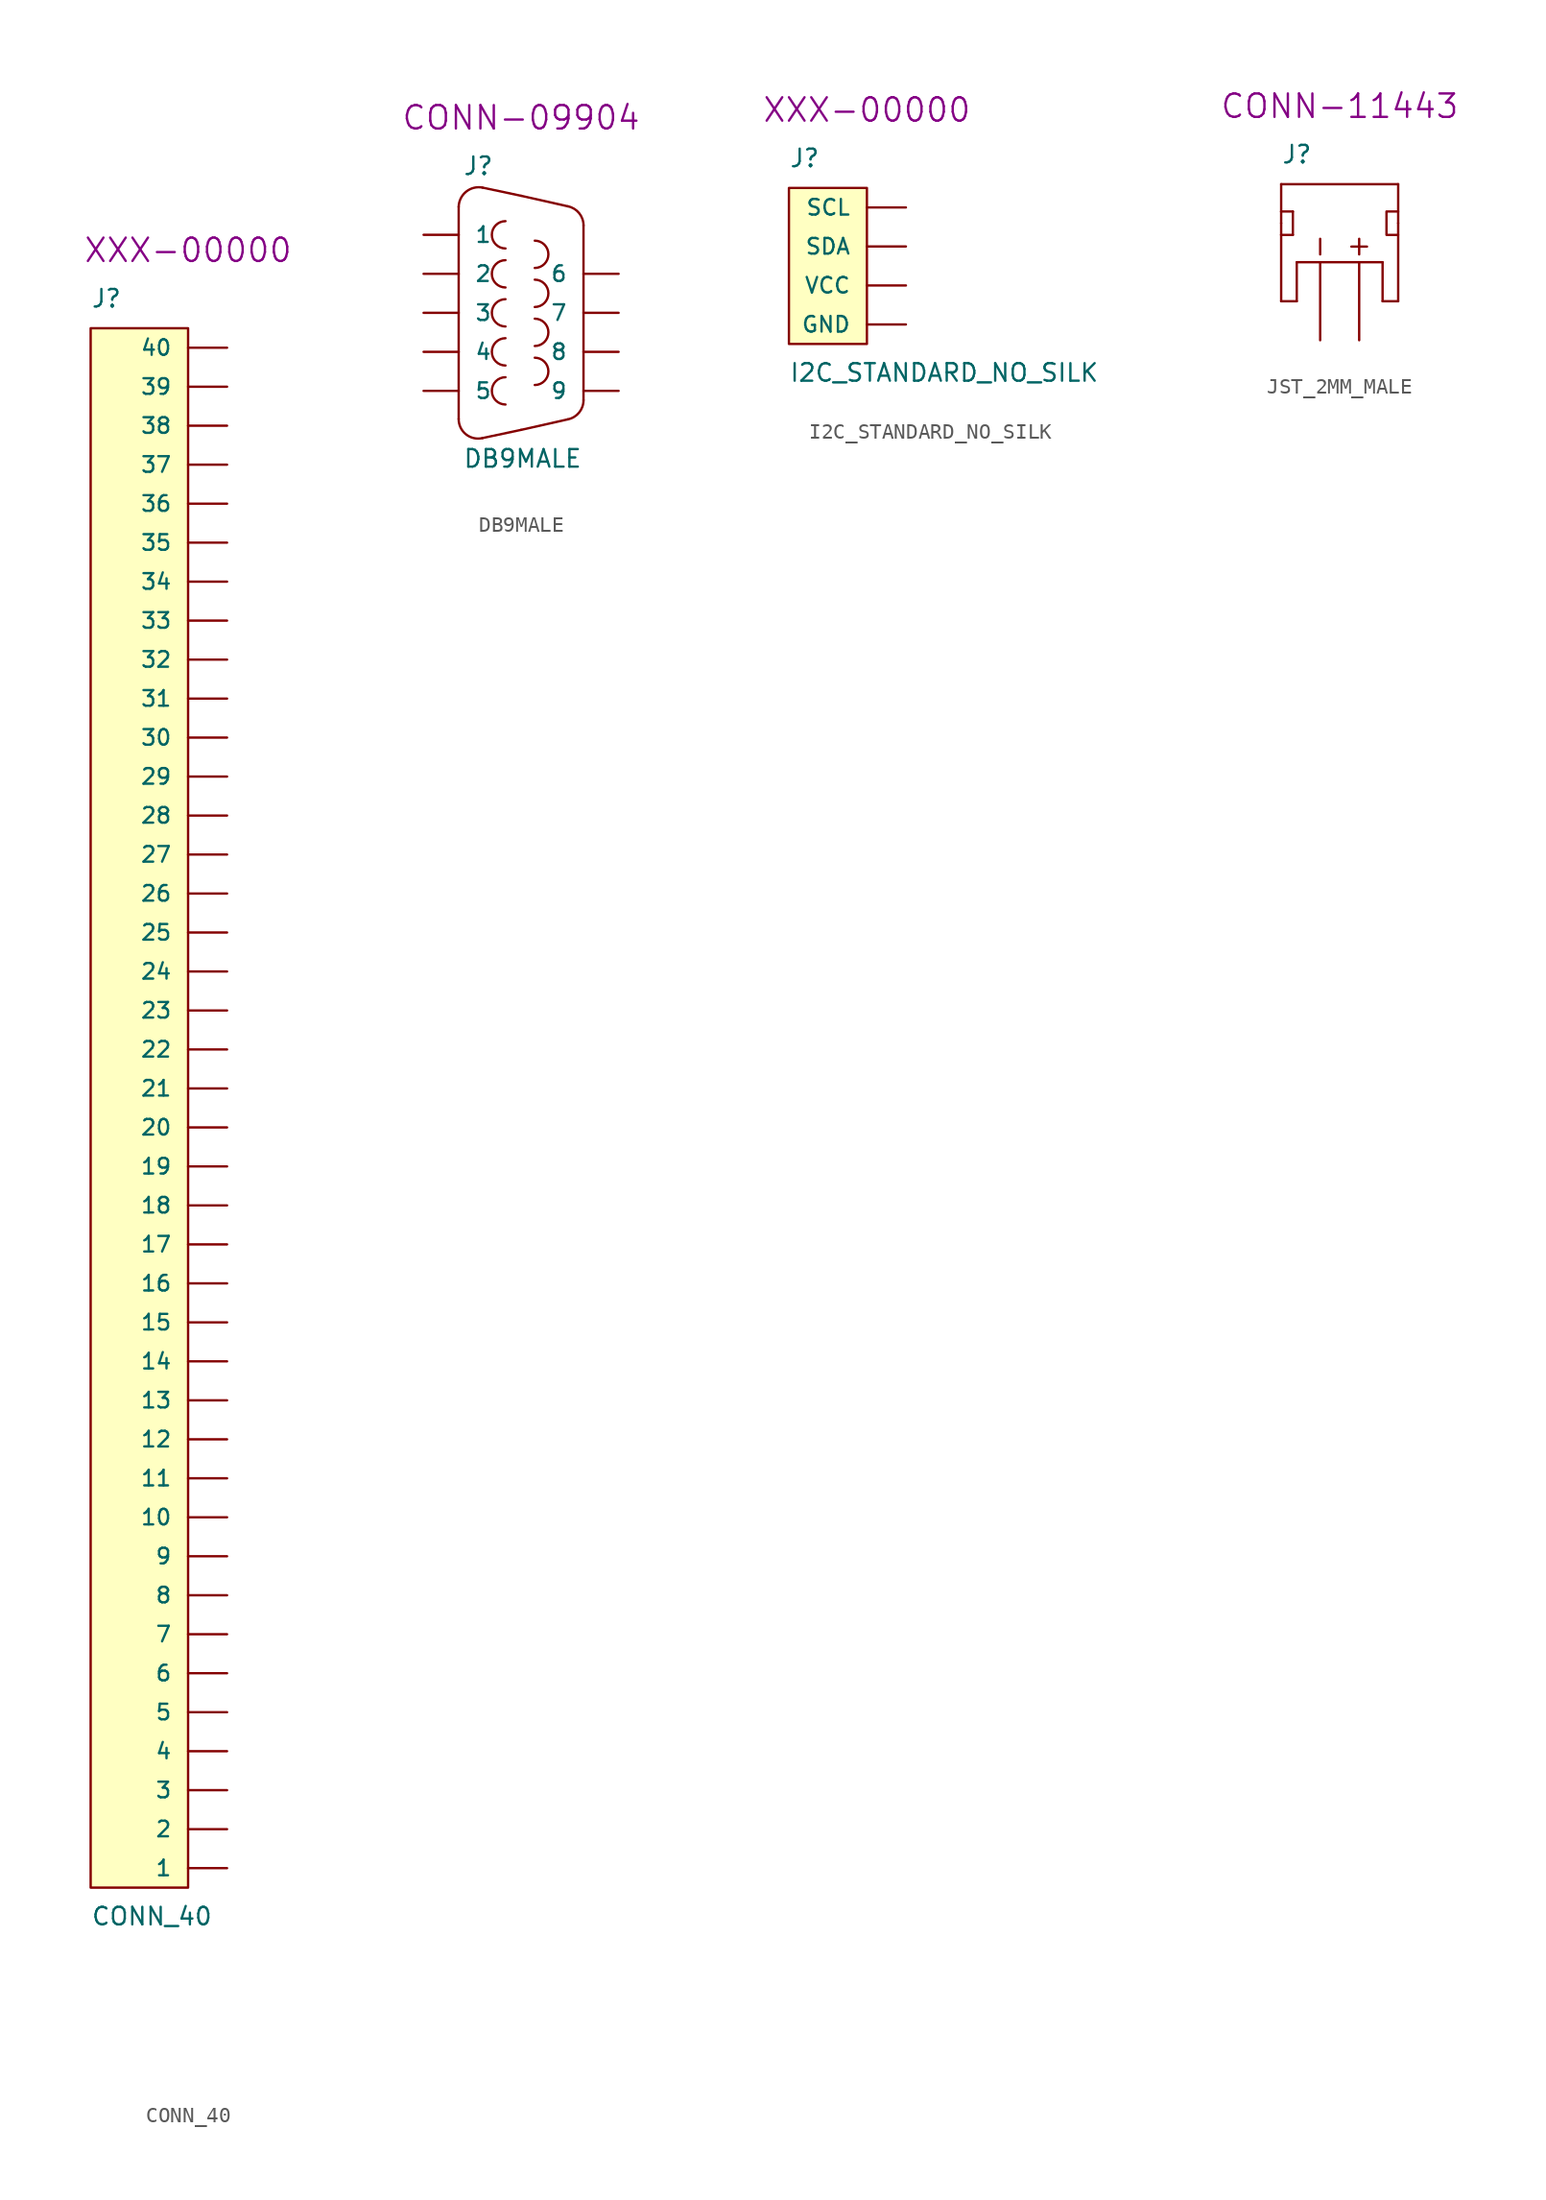
<source format=kicad_sym>
(kicad_symbol_lib
  (version 20220914)
  (generator kicad_symbol_editor)
  (symbol "CONN_40"
    (pin_numbers hide)
    (pin_names
      (offset 1.016))
    (property "Reference" "J"
      (at -6.35 101.6 0)
      (effects (font (size 1.143 1.143)) (justify left bottom)))
    (property "Value" "CONN_40"
      (at -6.35 -3.81 0)
      (effects (font (size 1.143 1.143)) (justify left bottom)))
    (property "Field4" "XXX-00000"
      (at 0 105.41 0)
      (effects (font (size 1.524 1.524))))
    (property "ki_locked" ""
      (at 0 0 0)
      (effects (font (size 1.27 1.27))))
    (symbol "CONN_40_0_1"
      (rectangle (start 0 -1.27) (end -6.35 100.33) (stroke (width 0) (type solid)) (fill (type background))))
    (symbol "CONN_40_1_1"
      (pin passive line (at 2.54 0 180) (length 2.54) (name "1" (effects (font (size 1.016 1.016)))) (number "1" (effects (font (size 1.016 1.016)))))
      (pin passive line (at 2.54 22.86 180) (length 2.54) (name "10" (effects (font (size 1.016 1.016)))) (number "10" (effects (font (size 1.016 1.016)))))
      (pin passive line (at 2.54 25.4 180) (length 2.54) (name "11" (effects (font (size 1.016 1.016)))) (number "11" (effects (font (size 1.016 1.016)))))
      (pin passive line (at 2.54 27.94 180) (length 2.54) (name "12" (effects (font (size 1.016 1.016)))) (number "12" (effects (font (size 1.016 1.016)))))
      (pin passive line (at 2.54 30.48 180) (length 2.54) (name "13" (effects (font (size 1.016 1.016)))) (number "13" (effects (font (size 1.016 1.016)))))
      (pin passive line (at 2.54 33.02 180) (length 2.54) (name "14" (effects (font (size 1.016 1.016)))) (number "14" (effects (font (size 1.016 1.016)))))
      (pin passive line (at 2.54 35.56 180) (length 2.54) (name "15" (effects (font (size 1.016 1.016)))) (number "15" (effects (font (size 1.016 1.016)))))
      (pin passive line (at 2.54 38.1 180) (length 2.54) (name "16" (effects (font (size 1.016 1.016)))) (number "16" (effects (font (size 1.016 1.016)))))
      (pin passive line (at 2.54 40.64 180) (length 2.54) (name "17" (effects (font (size 1.016 1.016)))) (number "17" (effects (font (size 1.016 1.016)))))
      (pin passive line (at 2.54 43.18 180) (length 2.54) (name "18" (effects (font (size 1.016 1.016)))) (number "18" (effects (font (size 1.016 1.016)))))
      (pin passive line (at 2.54 45.72 180) (length 2.54) (name "19" (effects (font (size 1.016 1.016)))) (number "19" (effects (font (size 1.016 1.016)))))
      (pin passive line (at 2.54 2.54 180) (length 2.54) (name "2" (effects (font (size 1.016 1.016)))) (number "2" (effects (font (size 1.016 1.016)))))
      (pin passive line (at 2.54 48.26 180) (length 2.54) (name "20" (effects (font (size 1.016 1.016)))) (number "20" (effects (font (size 1.016 1.016)))))
      (pin passive line (at 2.54 50.8 180) (length 2.54) (name "21" (effects (font (size 1.016 1.016)))) (number "21" (effects (font (size 1.016 1.016)))))
      (pin passive line (at 2.54 53.34 180) (length 2.54) (name "22" (effects (font (size 1.016 1.016)))) (number "22" (effects (font (size 1.016 1.016)))))
      (pin passive line (at 2.54 55.88 180) (length 2.54) (name "23" (effects (font (size 1.016 1.016)))) (number "23" (effects (font (size 1.016 1.016)))))
      (pin passive line (at 2.54 58.42 180) (length 2.54) (name "24" (effects (font (size 1.016 1.016)))) (number "24" (effects (font (size 1.016 1.016)))))
      (pin passive line (at 2.54 60.96 180) (length 2.54) (name "25" (effects (font (size 1.016 1.016)))) (number "25" (effects (font (size 1.016 1.016)))))
      (pin passive line (at 2.54 63.5 180) (length 2.54) (name "26" (effects (font (size 1.016 1.016)))) (number "26" (effects (font (size 1.016 1.016)))))
      (pin passive line (at 2.54 66.04 180) (length 2.54) (name "27" (effects (font (size 1.016 1.016)))) (number "27" (effects (font (size 1.016 1.016)))))
      (pin passive line (at 2.54 68.58 180) (length 2.54) (name "28" (effects (font (size 1.016 1.016)))) (number "28" (effects (font (size 1.016 1.016)))))
      (pin passive line (at 2.54 71.12 180) (length 2.54) (name "29" (effects (font (size 1.016 1.016)))) (number "29" (effects (font (size 1.016 1.016)))))
      (pin passive line (at 2.54 5.08 180) (length 2.54) (name "3" (effects (font (size 1.016 1.016)))) (number "3" (effects (font (size 1.016 1.016)))))
      (pin passive line (at 2.54 73.66 180) (length 2.54) (name "30" (effects (font (size 1.016 1.016)))) (number "30" (effects (font (size 1.016 1.016)))))
      (pin passive line (at 2.54 76.2 180) (length 2.54) (name "31" (effects (font (size 1.016 1.016)))) (number "31" (effects (font (size 1.016 1.016)))))
      (pin passive line (at 2.54 78.74 180) (length 2.54) (name "32" (effects (font (size 1.016 1.016)))) (number "32" (effects (font (size 1.016 1.016)))))
      (pin passive line (at 2.54 81.28 180) (length 2.54) (name "33" (effects (font (size 1.016 1.016)))) (number "33" (effects (font (size 1.016 1.016)))))
      (pin passive line (at 2.54 83.82 180) (length 2.54) (name "34" (effects (font (size 1.016 1.016)))) (number "34" (effects (font (size 1.016 1.016)))))
      (pin passive line (at 2.54 86.36 180) (length 2.54) (name "35" (effects (font (size 1.016 1.016)))) (number "35" (effects (font (size 1.016 1.016)))))
      (pin passive line (at 2.54 88.9 180) (length 2.54) (name "36" (effects (font (size 1.016 1.016)))) (number "36" (effects (font (size 1.016 1.016)))))
      (pin passive line (at 2.54 91.44 180) (length 2.54) (name "37" (effects (font (size 1.016 1.016)))) (number "37" (effects (font (size 1.016 1.016)))))
      (pin passive line (at 2.54 93.98 180) (length 2.54) (name "38" (effects (font (size 1.016 1.016)))) (number "38" (effects (font (size 1.016 1.016)))))
      (pin passive line (at 2.54 96.52 180) (length 2.54) (name "39" (effects (font (size 1.016 1.016)))) (number "39" (effects (font (size 1.016 1.016)))))
      (pin passive line (at 2.54 7.62 180) (length 2.54) (name "4" (effects (font (size 1.016 1.016)))) (number "4" (effects (font (size 1.016 1.016)))))
      (pin passive line (at 2.54 99.06 180) (length 2.54) (name "40" (effects (font (size 1.016 1.016)))) (number "40" (effects (font (size 1.016 1.016)))))
      (pin passive line (at 2.54 10.16 180) (length 2.54) (name "5" (effects (font (size 1.016 1.016)))) (number "5" (effects (font (size 1.016 1.016)))))
      (pin passive line (at 2.54 12.7 180) (length 2.54) (name "6" (effects (font (size 1.016 1.016)))) (number "6" (effects (font (size 1.016 1.016)))))
      (pin passive line (at 2.54 15.24 180) (length 2.54) (name "7" (effects (font (size 1.016 1.016)))) (number "7" (effects (font (size 1.016 1.016)))))
      (pin passive line (at 2.54 17.78 180) (length 2.54) (name "8" (effects (font (size 1.016 1.016)))) (number "8" (effects (font (size 1.016 1.016)))))
      (pin passive line (at 2.54 20.32 180) (length 2.54) (name "9" (effects (font (size 1.016 1.016)))) (number "9" (effects (font (size 1.016 1.016)))))))
  (symbol "DB9MALE"
    (pin_numbers hide)
    (pin_names
      (offset 1.016))
    (property "Reference" "J"
      (at -3.81 8.89 0)
      (effects (font (size 1.143 1.143)) (justify left bottom)))
    (property "Value" "DB9MALE"
      (at -3.81 -10.16 0)
      (effects (font (size 1.143 1.143)) (justify left bottom)))
    (property "Field4" "CONN-09904"
      (at 0 12.7 0)
      (effects (font (size 1.524 1.524))))
    (property "ki_locked" ""
      (at 0 0 0)
      (effects (font (size 1.27 1.27))))
    (symbol "DB9MALE_1_0"
      (polyline (pts (xy -4.064 -6.909) (xy -4.064 6.909)) (stroke (width 0) (type solid)) (fill (type none)))
      (polyline (pts (xy -2.515 -8.153) (xy 0 -7.62)) (stroke (width 0) (type solid)) (fill (type none)))
      (polyline (pts (xy -2.515 8.153) (xy 0 7.62)) (stroke (width 0) (type solid)) (fill (type none)))
      (polyline (pts (xy 0 -7.62) (xy 3.048 -6.934)) (stroke (width 0) (type solid)) (fill (type none)))
      (polyline (pts (xy 0 7.62) (xy 3.048 6.934)) (stroke (width 0) (type solid)) (fill (type none)))
      (polyline (pts (xy 4.064 -5.69) (xy 4.064 5.69)) (stroke (width 0) (type solid)) (fill (type none))))
    (symbol "DB9MALE_1_1"
      (arc (start -4.064 -6.9088) (mid -3.5879 -7.9122) (end -2.5146 -8.1534) (stroke (width 0) (type solid)) (fill (type none)))
      (arc (start -2.5146 8.1534) (mid -3.572 7.8927) (end -4.064 6.9088) (stroke (width 0) (type solid)) (fill (type none)))
      (arc (start -1.016 -4.191) (mid -1.9012 -5.08) (end -1.016 -5.969) (stroke (width 0) (type solid)) (fill (type none)))
      (arc (start -1.016 -1.651) (mid -1.9012 -2.54) (end -1.016 -3.429) (stroke (width 0) (type solid)) (fill (type none)))
      (arc (start -1.016 0.889) (mid -1.9012 0) (end -1.016 -0.889) (stroke (width 0) (type solid)) (fill (type none)))
      (arc (start -1.016 3.429) (mid -1.9012 2.54) (end -1.016 1.651) (stroke (width 0) (type solid)) (fill (type none)))
      (arc (start -1.016 5.969) (mid -1.9012 5.08) (end -1.016 4.191) (stroke (width 0) (type solid)) (fill (type none)))
      (arc (start 0.889 -4.699) (mid 1.7742 -3.81) (end 0.889 -2.921) (stroke (width 0) (type solid)) (fill (type none)))
      (arc (start 0.889 -2.159) (mid 1.7742 -1.27) (end 0.889 -0.381) (stroke (width 0) (type solid)) (fill (type none)))
      (arc (start 0.889 0.381) (mid 1.7742 1.27) (end 0.889 2.159) (stroke (width 0) (type solid)) (fill (type none)))
      (arc (start 0.889 2.921) (mid 1.7742 3.81) (end 0.889 4.699) (stroke (width 0) (type solid)) (fill (type none)))
      (arc (start 3.048 -6.9342) (mid 3.7779 -6.493) (end 4.064 -5.6896) (stroke (width 0) (type solid)) (fill (type none)))
      (arc (start 4.064 5.6896) (mid 3.7777 6.4928) (end 3.048 6.9342) (stroke (width 0) (type solid)) (fill (type none)))
      (pin passive line (at -6.35 5.08 0) (length 2.286) (name "1" (effects (font (size 1.016 1.016)))) (number "1" (effects (font (size 1.016 1.016)))))
      (pin passive line (at -6.35 2.54 0) (length 2.286) (name "2" (effects (font (size 1.016 1.016)))) (number "2" (effects (font (size 1.016 1.016)))))
      (pin passive line (at -6.35 0 0) (length 2.286) (name "3" (effects (font (size 1.016 1.016)))) (number "3" (effects (font (size 1.016 1.016)))))
      (pin passive line (at -6.35 -2.54 0) (length 2.286) (name "4" (effects (font (size 1.016 1.016)))) (number "4" (effects (font (size 1.016 1.016)))))
      (pin passive line (at -6.35 -5.08 0) (length 2.286) (name "5" (effects (font (size 1.016 1.016)))) (number "5" (effects (font (size 1.016 1.016)))))
      (pin passive line (at 6.35 2.54 180) (length 2.286) (name "6" (effects (font (size 1.016 1.016)))) (number "6" (effects (font (size 1.016 1.016)))))
      (pin passive line (at 6.35 0 180) (length 2.286) (name "7" (effects (font (size 1.016 1.016)))) (number "7" (effects (font (size 1.016 1.016)))))
      (pin passive line (at 6.35 -2.54 180) (length 2.286) (name "8" (effects (font (size 1.016 1.016)))) (number "8" (effects (font (size 1.016 1.016)))))
      (pin passive line (at 6.35 -5.08 180) (length 2.286) (name "9" (effects (font (size 1.016 1.016)))) (number "9" (effects (font (size 1.016 1.016)))))))
  (symbol "I2C_STANDARD_NO_SILK"
    (pin_numbers hide)
    (pin_names
      (offset 1.016))
    (property "Reference" "J"
      (at -5.08 10.16 0)
      (effects (font (size 1.143 1.143)) (justify left bottom)))
    (property "Value" "I2C_STANDARD_NO_SILK"
      (at -5.08 -3.81 0)
      (effects (font (size 1.143 1.143)) (justify left bottom)))
    (property "Field4" "XXX-00000"
      (at 0 13.97 0)
      (effects (font (size 1.524 1.524))))
    (property "ki_locked" ""
      (at 0 0 0)
      (effects (font (size 1.27 1.27))))
    (symbol "I2C_STANDARD_NO_SILK_1_0"
      (rectangle (start 0 -1.27) (end -5.08 8.89) (stroke (width 0) (type solid)) (fill (type background))))
    (symbol "I2C_STANDARD_NO_SILK_1_1"
      (pin power_in line (at 2.54 0 180) (length 2.54) (name "GND" (effects (font (size 1.016 1.016)))) (number "1" (effects (font (size 1.016 1.016)))))
      (pin power_in line (at 2.54 2.54 180) (length 2.54) (name "VCC" (effects (font (size 1.016 1.016)))) (number "2" (effects (font (size 1.016 1.016)))))
      (pin passive line (at 2.54 5.08 180) (length 2.54) (name "SDA" (effects (font (size 1.016 1.016)))) (number "3" (effects (font (size 1.016 1.016)))))
      (pin passive line (at 2.54 7.62 180) (length 2.54) (name "SCL" (effects (font (size 1.016 1.016)))) (number "4" (effects (font (size 1.016 1.016)))))))
  (symbol "JST_2MM_MALE"
    (pin_numbers hide)
    (pin_names
      (offset 1.016) hide)
    (property "Reference" "J"
      (at -3.81 6.35 0)
      (effects (font (size 1.143 1.143)) (justify left bottom)))
    (property "Field4" "CONN-11443"
      (at 0 10.16 0)
      (effects (font (size 1.524 1.524))))
    (property "ki_locked" ""
      (at 0 0 0)
      (effects (font (size 1.27 1.27))))
    (symbol "JST_2MM_MALE_1_0"
      (polyline (pts (xy -3.81 -2.54) (xy -3.81 1.778)) (stroke (width 0) (type solid)) (fill (type none)))
      (polyline (pts (xy -3.81 -2.54) (xy -2.794 -2.54)) (stroke (width 0) (type solid)) (fill (type none)))
      (polyline (pts (xy -3.81 1.778) (xy -3.81 3.302)) (stroke (width 0) (type solid)) (fill (type none)))
      (polyline (pts (xy -3.81 1.778) (xy -3.048 1.778)) (stroke (width 0) (type solid)) (fill (type none)))
      (polyline (pts (xy -3.81 3.302) (xy -3.81 5.08)) (stroke (width 0) (type solid)) (fill (type none)))
      (polyline (pts (xy -3.81 5.08) (xy 3.81 5.08)) (stroke (width 0) (type solid)) (fill (type none)))
      (polyline (pts (xy -3.048 1.778) (xy -3.048 3.302)) (stroke (width 0) (type solid)) (fill (type none)))
      (polyline (pts (xy -3.048 3.302) (xy -3.81 3.302)) (stroke (width 0) (type solid)) (fill (type none)))
      (polyline (pts (xy -2.794 0) (xy -2.794 -2.54)) (stroke (width 0) (type solid)) (fill (type none)))
      (polyline (pts (xy -1.27 0.508) (xy -1.27 1.524)) (stroke (width 0) (type solid)) (fill (type none)))
      (polyline (pts (xy 0.762 1.016) (xy 1.778 1.016)) (stroke (width 0) (type solid)) (fill (type none)))
      (polyline (pts (xy 1.27 0.508) (xy 1.27 1.524)) (stroke (width 0) (type solid)) (fill (type none)))
      (polyline (pts (xy 2.794 -2.54) (xy 2.794 0)) (stroke (width 0) (type solid)) (fill (type none)))
      (polyline (pts (xy 2.794 0) (xy -2.794 0)) (stroke (width 0) (type solid)) (fill (type none)))
      (polyline (pts (xy 3.81 -2.54) (xy 2.794 -2.54)) (stroke (width 0) (type solid)) (fill (type none)))
      (polyline (pts (xy 3.81 1.778) (xy 3.81 -2.54)) (stroke (width 0) (type solid)) (fill (type none)))
      (polyline (pts (xy 3.81 5.08) (xy 3.81 3.302)) (stroke (width 0) (type solid)) (fill (type none))))
    (symbol "JST_2MM_MALE_1_1"
      (polyline (pts (xy 3.81 1.778) (xy 3.048 1.778) (xy 3.048 3.302) (xy 3.81 3.302) (xy 3.81 1.778)) (stroke (width 0) (type solid)) (fill (type none)))
      (pin bidirectional line (at -1.27 -5.08 90) (length 5.08) (name "-" (effects (font (size 1.016 1.016)))) (number "1" (effects (font (size 1.016 1.016)))))
      (pin bidirectional line (at 1.27 -5.08 90) (length 5.08) (name "+" (effects (font (size 1.016 1.016)))) (number "2" (effects (font (size 1.016 1.016)))))
      (pin bidirectional line (at -3.81 2.54 90) (length 0) (name "PAD1" (effects (font (size 1.016 1.016)))) (number "NC1" (effects (font (size 1.016 1.016)))))
      (pin bidirectional line (at 3.81 2.54 90) (length 0) (name "PAD2" (effects (font (size 1.016 1.016)))) (number "NC2" (effects (font (size 1.016 1.016))))))))
</source>
